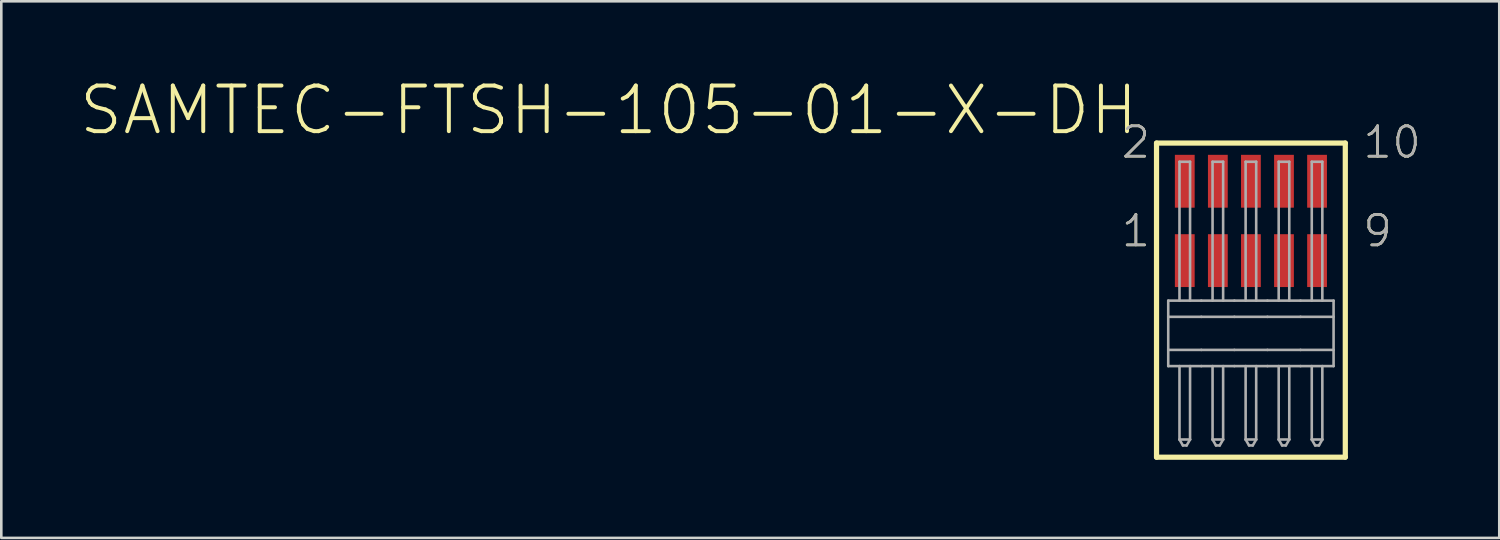
<source format=kicad_pcb>
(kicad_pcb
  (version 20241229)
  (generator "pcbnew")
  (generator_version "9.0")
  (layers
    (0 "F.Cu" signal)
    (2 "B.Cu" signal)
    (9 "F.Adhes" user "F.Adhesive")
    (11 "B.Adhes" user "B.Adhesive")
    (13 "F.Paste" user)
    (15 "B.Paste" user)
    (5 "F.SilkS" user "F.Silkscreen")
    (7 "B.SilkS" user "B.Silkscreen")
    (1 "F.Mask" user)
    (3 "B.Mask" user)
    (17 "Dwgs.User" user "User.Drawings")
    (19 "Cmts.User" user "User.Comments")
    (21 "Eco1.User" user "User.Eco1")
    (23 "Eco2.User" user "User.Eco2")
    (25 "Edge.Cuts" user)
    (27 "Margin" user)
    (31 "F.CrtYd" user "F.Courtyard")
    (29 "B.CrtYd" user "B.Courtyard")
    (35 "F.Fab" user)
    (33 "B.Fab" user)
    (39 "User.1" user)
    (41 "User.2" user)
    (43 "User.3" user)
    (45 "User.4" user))
  (footprint "SAMTEC-FTSH-105-01-X-DH"
    (layer "F.Cu")
    (at 44.991 9.753)
    (property "Reference" "SAMTEC-FTSH-105-01-X-DH" (at -4.241 -7.543 0) (unlocked yes) (layer "F.SilkS") (effects (font (size 1.753 1.753) (thickness 0.152)) (justify right bottom)))
    (fp_poly (pts (xy -2.971 -4.776) (xy -2.109 -4.776) (xy -2.109 -6.908) (xy -2.971 -6.908)) (stroke (width 0) (type default)) (fill yes) (layer "F.Mask"))
    (fp_poly (pts (xy -2.971 -1.728) (xy -2.109 -1.728) (xy -2.109 -3.86) (xy -2.971 -3.86)) (stroke (width 0) (type default)) (fill yes) (layer "F.Mask"))
    (fp_poly (pts (xy -1.701 -4.776) (xy -0.839 -4.776) (xy -0.839 -6.908) (xy -1.701 -6.908)) (stroke (width 0) (type default)) (fill yes) (layer "F.Mask"))
    (fp_poly (pts (xy -1.701 -1.728) (xy -0.839 -1.728) (xy -0.839 -3.86) (xy -1.701 -3.86)) (stroke (width 0) (type default)) (fill yes) (layer "F.Mask"))
    (fp_poly (pts (xy -0.431 -4.776) (xy 0.431 -4.776) (xy 0.431 -6.908) (xy -0.431 -6.908)) (stroke (width 0) (type default)) (fill yes) (layer "F.Mask"))
    (fp_poly (pts (xy -0.431 -1.728) (xy 0.431 -1.728) (xy 0.431 -3.86) (xy -0.431 -3.86)) (stroke (width 0) (type default)) (fill yes) (layer "F.Mask"))
    (fp_poly (pts (xy 0.839 -4.776) (xy 1.701 -4.776) (xy 1.701 -6.908) (xy 0.839 -6.908)) (stroke (width 0) (type default)) (fill yes) (layer "F.Mask"))
    (fp_poly (pts (xy 0.839 -1.728) (xy 1.701 -1.728) (xy 1.701 -3.86) (xy 0.839 -3.86)) (stroke (width 0) (type default)) (fill yes) (layer "F.Mask"))
    (fp_poly (pts (xy 2.109 -4.776) (xy 2.971 -4.776) (xy 2.971 -6.908) (xy 2.109 -6.908)) (stroke (width 0) (type default)) (fill yes) (layer "F.Mask"))
    (fp_poly (pts (xy 2.109 -1.728) (xy 2.971 -1.728) (xy 2.971 -3.86) (xy 2.109 -3.86)) (stroke (width 0) (type default)) (fill yes) (layer "F.Mask"))
    (fp_line (start -3.625 -7.308) (end -3.625 4.755) (stroke (width 0.2) (type solid)) (layer "F.SilkS"))
    (fp_line (start -3.625 4.755) (end 3.625 4.755) (stroke (width 0.2) (type solid)) (layer "F.SilkS"))
    (fp_line (start 3.625 -7.308) (end -3.625 -7.308) (stroke (width 0.2) (type solid)) (layer "F.SilkS"))
    (fp_line (start 3.625 4.755) (end 3.625 -7.308) (stroke (width 0.2) (type solid)) (layer "F.SilkS"))
    (fp_poly (pts (xy -2.92 -4.827) (xy -2.16 -4.827) (xy -2.16 -6.857) (xy -2.92 -6.857)) (stroke (width 0) (type default)) (fill yes) (layer "F.Paste"))
    (fp_poly (pts (xy -2.92 -1.779) (xy -2.16 -1.779) (xy -2.16 -3.809) (xy -2.92 -3.809)) (stroke (width 0) (type default)) (fill yes) (layer "F.Paste"))
    (fp_poly (pts (xy -1.65 -4.827) (xy -0.89 -4.827) (xy -0.89 -6.857) (xy -1.65 -6.857)) (stroke (width 0) (type default)) (fill yes) (layer "F.Paste"))
    (fp_poly (pts (xy -1.65 -1.779) (xy -0.89 -1.779) (xy -0.89 -3.809) (xy -1.65 -3.809)) (stroke (width 0) (type default)) (fill yes) (layer "F.Paste"))
    (fp_poly (pts (xy -0.38 -4.827) (xy 0.38 -4.827) (xy 0.38 -6.857) (xy -0.38 -6.857)) (stroke (width 0) (type default)) (fill yes) (layer "F.Paste"))
    (fp_poly (pts (xy -0.38 -1.779) (xy 0.38 -1.779) (xy 0.38 -3.809) (xy -0.38 -3.809)) (stroke (width 0) (type default)) (fill yes) (layer "F.Paste"))
    (fp_poly (pts (xy 0.89 -4.827) (xy 1.65 -4.827) (xy 1.65 -6.857) (xy 0.89 -6.857)) (stroke (width 0) (type default)) (fill yes) (layer "F.Paste"))
    (fp_poly (pts (xy 0.89 -1.779) (xy 1.65 -1.779) (xy 1.65 -3.809) (xy 0.89 -3.809)) (stroke (width 0) (type default)) (fill yes) (layer "F.Paste"))
    (fp_poly (pts (xy 2.16 -4.827) (xy 2.92 -4.827) (xy 2.92 -6.857) (xy 2.16 -6.857)) (stroke (width 0) (type default)) (fill yes) (layer "F.Paste"))
    (fp_poly (pts (xy 2.16 -1.779) (xy 2.92 -1.779) (xy 2.92 -3.809) (xy 2.16 -3.809)) (stroke (width 0) (type default)) (fill yes) (layer "F.Paste"))
    (fp_line (start -3.175 -1.257) (end -1.905 -1.257) (stroke (width 0.1) (type solid)) (layer "F.Fab"))
    (fp_line (start -3.175 -0.635) (end -1.905 -0.635) (stroke (width 0.1) (type solid)) (layer "F.Fab"))
    (fp_line (start -3.175 0.635) (end -1.905 0.635) (stroke (width 0.1) (type solid)) (layer "F.Fab"))
    (fp_line (start -3.175 1.257) (end -3.175 -1.257) (stroke (width 0.1) (type solid)) (layer "F.Fab"))
    (fp_line (start -2.743 -6.591) (end -2.743 -1.257) (stroke (width 0.1) (type solid)) (layer "F.Fab"))
    (fp_line (start -2.743 -6.591) (end -2.337 -6.591) (stroke (width 0.1) (type solid)) (layer "F.Fab"))
    (fp_line (start -2.743 1.257) (end -2.743 4.077) (stroke (width 0.1) (type solid)) (layer "F.Fab"))
    (fp_line (start -2.611 4.305) (end -2.743 4.077) (stroke (width 0.1) (type solid)) (layer "F.Fab"))
    (fp_line (start -2.611 4.305) (end -2.469 4.305) (stroke (width 0.1) (type solid)) (layer "F.Fab"))
    (fp_line (start -2.337 -6.591) (end -2.337 -1.257) (stroke (width 0.1) (type solid)) (layer "F.Fab"))
    (fp_line (start -2.337 1.257) (end -2.337 4.077) (stroke (width 0.1) (type solid)) (layer "F.Fab"))
    (fp_line (start -2.337 4.077) (end -2.743 4.077) (stroke (width 0.1) (type solid)) (layer "F.Fab"))
    (fp_line (start -2.337 4.077) (end -2.469 4.305) (stroke (width 0.1) (type solid)) (layer "F.Fab"))
    (fp_line (start -1.905 -1.257) (end -0.635 -1.257) (stroke (width 0.1) (type solid)) (layer "F.Fab"))
    (fp_line (start -1.905 -0.635) (end -0.635 -0.635) (stroke (width 0.1) (type solid)) (layer "F.Fab"))
    (fp_line (start -1.905 0.635) (end -0.635 0.635) (stroke (width 0.1) (type solid)) (layer "F.Fab"))
    (fp_line (start -1.905 1.257) (end -3.175 1.257) (stroke (width 0.1) (type solid)) (layer "F.Fab"))
    (fp_line (start -1.905 1.257) (end -0.635 1.257) (stroke (width 0.1) (type solid)) (layer "F.Fab"))
    (fp_line (start -1.473 -6.591) (end -1.067 -6.591) (stroke (width 0.1) (type solid)) (layer "F.Fab"))
    (fp_line (start -1.473 -1.257) (end -1.473 -6.591) (stroke (width 0.1) (type solid)) (layer "F.Fab"))
    (fp_line (start -1.473 4.077) (end -1.473 1.257) (stroke (width 0.1) (type solid)) (layer "F.Fab"))
    (fp_line (start -1.473 4.077) (end -1.067 4.077) (stroke (width 0.1) (type solid)) (layer "F.Fab"))
    (fp_line (start -1.341 4.305) (end -1.473 4.077) (stroke (width 0.1) (type solid)) (layer "F.Fab"))
    (fp_line (start -1.341 4.305) (end -1.199 4.305) (stroke (width 0.1) (type solid)) (layer "F.Fab"))
    (fp_line (start -1.067 -6.591) (end -1.067 -1.257) (stroke (width 0.1) (type solid)) (layer "F.Fab"))
    (fp_line (start -1.067 1.257) (end -1.067 4.077) (stroke (width 0.1) (type solid)) (layer "F.Fab"))
    (fp_line (start -1.067 4.077) (end -1.199 4.305) (stroke (width 0.1) (type solid)) (layer "F.Fab"))
    (fp_line (start -0.635 -1.257) (end 0.635 -1.257) (stroke (width 0.1) (type solid)) (layer "F.Fab"))
    (fp_line (start -0.635 -0.635) (end 0.635 -0.635) (stroke (width 0.1) (type solid)) (layer "F.Fab"))
    (fp_line (start -0.635 0.635) (end 0.635 0.635) (stroke (width 0.1) (type solid)) (layer "F.Fab"))
    (fp_line (start -0.635 1.257) (end 0.635 1.257) (stroke (width 0.1) (type solid)) (layer "F.Fab"))
    (fp_line (start -0.203 -6.591) (end 0.203 -6.591) (stroke (width 0.1) (type solid)) (layer "F.Fab"))
    (fp_line (start -0.203 -1.257) (end -0.203 -6.591) (stroke (width 0.1) (type solid)) (layer "F.Fab"))
    (fp_line (start -0.203 4.077) (end -0.203 1.257) (stroke (width 0.1) (type solid)) (layer "F.Fab"))
    (fp_line (start -0.203 4.077) (end 0.203 4.077) (stroke (width 0.1) (type solid)) (layer "F.Fab"))
    (fp_line (start -0.071 4.305) (end -0.203 4.077) (stroke (width 0.1) (type solid)) (layer "F.Fab"))
    (fp_line (start -0.071 4.305) (end 0.071 4.305) (stroke (width 0.1) (type solid)) (layer "F.Fab"))
    (fp_line (start 0.203 -6.591) (end 0.203 -1.257) (stroke (width 0.1) (type solid)) (layer "F.Fab"))
    (fp_line (start 0.203 1.257) (end 0.203 4.077) (stroke (width 0.1) (type solid)) (layer "F.Fab"))
    (fp_line (start 0.203 4.077) (end 0.071 4.305) (stroke (width 0.1) (type solid)) (layer "F.Fab"))
    (fp_line (start 0.635 -1.257) (end 1.905 -1.257) (stroke (width 0.1) (type solid)) (layer "F.Fab"))
    (fp_line (start 0.635 -0.635) (end 1.905 -0.635) (stroke (width 0.1) (type solid)) (layer "F.Fab"))
    (fp_line (start 0.635 0.635) (end 1.905 0.635) (stroke (width 0.1) (type solid)) (layer "F.Fab"))
    (fp_line (start 0.635 1.257) (end 1.905 1.257) (stroke (width 0.1) (type solid)) (layer "F.Fab"))
    (fp_line (start 1.067 -6.591) (end 1.473 -6.591) (stroke (width 0.1) (type solid)) (layer "F.Fab"))
    (fp_line (start 1.067 -1.257) (end 1.067 -6.591) (stroke (width 0.1) (type solid)) (layer "F.Fab"))
    (fp_line (start 1.067 4.077) (end 1.067 1.257) (stroke (width 0.1) (type solid)) (layer "F.Fab"))
    (fp_line (start 1.067 4.077) (end 1.473 4.077) (stroke (width 0.1) (type solid)) (layer "F.Fab"))
    (fp_line (start 1.199 4.305) (end 1.067 4.077) (stroke (width 0.1) (type solid)) (layer "F.Fab"))
    (fp_line (start 1.199 4.305) (end 1.341 4.305) (stroke (width 0.1) (type solid)) (layer "F.Fab"))
    (fp_line (start 1.473 -6.591) (end 1.473 -1.257) (stroke (width 0.1) (type solid)) (layer "F.Fab"))
    (fp_line (start 1.473 1.257) (end 1.473 4.077) (stroke (width 0.1) (type solid)) (layer "F.Fab"))
    (fp_line (start 1.473 4.077) (end 1.341 4.305) (stroke (width 0.1) (type solid)) (layer "F.Fab"))
    (fp_line (start 1.905 -1.257) (end 3.175 -1.257) (stroke (width 0.1) (type solid)) (layer "F.Fab"))
    (fp_line (start 2.337 -6.591) (end 2.743 -6.591) (stroke (width 0.1) (type solid)) (layer "F.Fab"))
    (fp_line (start 2.337 -1.257) (end 2.337 -6.591) (stroke (width 0.1) (type solid)) (layer "F.Fab"))
    (fp_line (start 2.337 4.077) (end 2.337 1.257) (stroke (width 0.1) (type solid)) (layer "F.Fab"))
    (fp_line (start 2.469 4.305) (end 2.337 4.077) (stroke (width 0.1) (type solid)) (layer "F.Fab"))
    (fp_line (start 2.469 4.305) (end 2.611 4.305) (stroke (width 0.1) (type solid)) (layer "F.Fab"))
    (fp_line (start 2.743 -6.591) (end 2.743 -1.257) (stroke (width 0.1) (type solid)) (layer "F.Fab"))
    (fp_line (start 2.743 1.257) (end 2.743 4.077) (stroke (width 0.1) (type solid)) (layer "F.Fab"))
    (fp_line (start 2.743 4.077) (end 2.337 4.077) (stroke (width 0.1) (type solid)) (layer "F.Fab"))
    (fp_line (start 2.743 4.077) (end 2.611 4.305) (stroke (width 0.1) (type solid)) (layer "F.Fab"))
    (fp_line (start 3.175 -1.257) (end 3.175 1.257) (stroke (width 0.1) (type solid)) (layer "F.Fab"))
    (fp_line (start 3.175 -0.635) (end 1.905 -0.635) (stroke (width 0.1) (type solid)) (layer "F.Fab"))
    (fp_line (start 3.175 0.635) (end 1.905 0.635) (stroke (width 0.1) (type solid)) (layer "F.Fab"))
    (fp_line (start 3.175 1.257) (end 1.905 1.257) (stroke (width 0.1) (type solid)) (layer "F.Fab"))
    (fp_text user "1" (at -5.041 -3.251 0) (unlocked yes) (layer "F.SilkS") (effects (font (size 1.168 1.168) (thickness 0.102)) (justify left bottom)))
    (fp_text user "2" (at -5.041 -6.655 0) (unlocked yes) (layer "F.SilkS") (effects (font (size 1.168 1.168) (thickness 0.102)) (justify left bottom)))
    (fp_text user "10" (at 4.241 -6.655 0) (unlocked yes) (layer "F.SilkS") (effects (font (size 1.168 1.168) (thickness 0.102)) (justify left bottom)))
    (fp_text user "9" (at 4.241 -3.251 0) (unlocked yes) (layer "F.SilkS") (effects (font (size 1.168 1.168) (thickness 0.102)) (justify left bottom)))
    (fp_text user "1" (at -5.041 -3.251 0) (unlocked yes) (layer "F.Fab") (effects (font (size 1.168 1.168) (thickness 0.102)) (justify left bottom)))
    (fp_text user "2" (at -5.041 -6.655 0) (unlocked yes) (layer "F.Fab") (effects (font (size 1.168 1.168) (thickness 0.102)) (justify left bottom)))
    (fp_text user "9" (at 4.241 -3.251 0) (unlocked yes) (layer "F.Fab") (effects (font (size 1.168 1.168) (thickness 0.102)) (justify left bottom)))
    (fp_text user "10" (at 4.241 -6.655 0) (unlocked yes) (layer "F.Fab") (effects (font (size 1.168 1.168) (thickness 0.102)) (justify left bottom)))
    (pad "1" smd rect (at -2.54 -2.794) (size 0.76 2.03) (layers "F.Cu" "F.Paste"))
    (pad "2" smd rect (at -2.54 -5.842) (size 0.76 2.03) (layers "F.Cu" "F.Paste"))
    (pad "3" smd rect (at -1.27 -2.794) (size 0.76 2.03) (layers "F.Cu" "F.Paste"))
    (pad "4" smd rect (at -1.27 -5.842) (size 0.76 2.03) (layers "F.Cu" "F.Paste"))
    (pad "5" smd rect (at 0 -2.794) (size 0.76 2.03) (layers "F.Cu" "F.Paste"))
    (pad "6" smd rect (at 0 -5.842) (size 0.76 2.03) (layers "F.Cu" "F.Paste"))
    (pad "7" smd rect (at 1.27 -2.794) (size 0.76 2.03) (layers "F.Cu" "F.Paste"))
    (pad "8" smd rect (at 1.27 -5.842) (size 0.76 2.03) (layers "F.Cu" "F.Paste"))
    (pad "9" smd rect (at 2.54 -2.794) (size 0.76 2.03) (layers "F.Cu" "F.Paste"))
    (pad "10" smd rect (at 2.54 -5.842) (size 0.76 2.03) (layers "F.Cu" "F.Paste")))
  (gr_rect
    (start -3 -3)
    (end 54.529 17.608)
    (stroke (width 0.1) (type default))
    (fill no)
    (layer "Edge.Cuts")))
</source>
